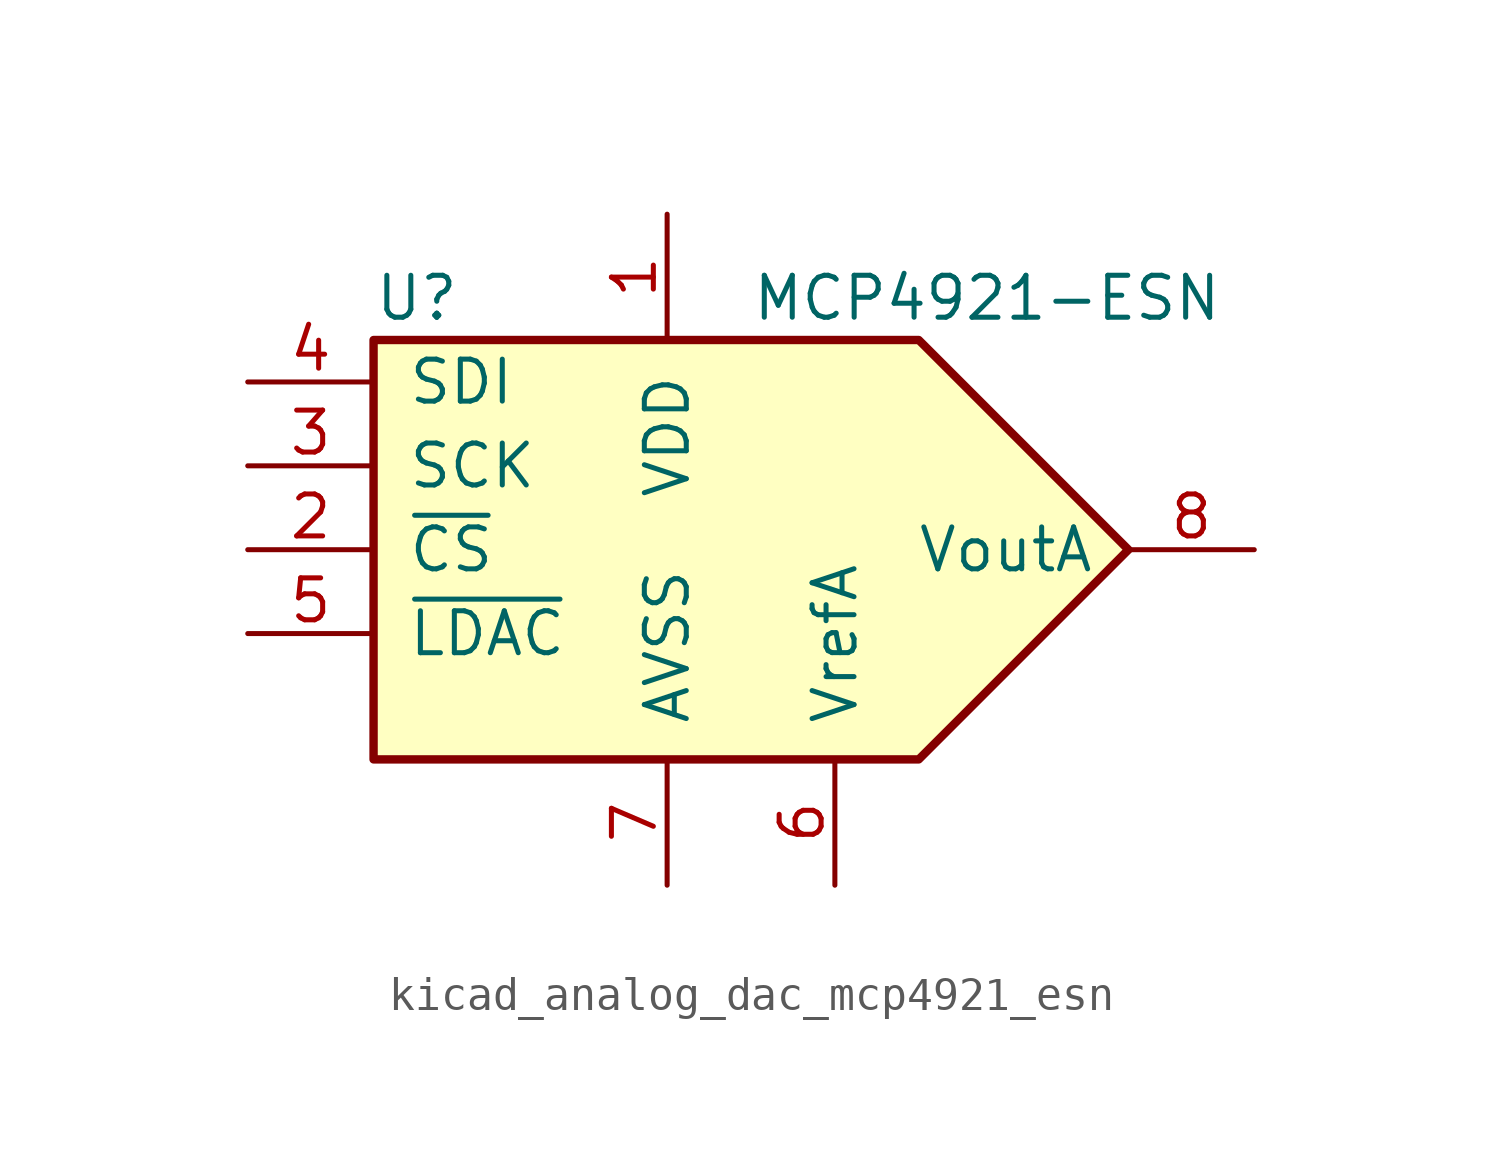
<source format=kicad_sym>
(kicad_symbol_lib
  (version 20220914)
  (generator kicad_symbol_editor)
  (symbol "kicad_analog_dac_mcp4921_esn"
    (pin_names
      (offset 1.016))
    (property "Reference" "U"
      (at -11.43 7.62 0)
      (effects (font (size 1.27 1.27)) (justify left)))
    (property "Value" "MCP4921-ESN"
      (at 0 7.62 0)
      (effects (font (size 1.27 1.27)) (justify left)))
    (symbol "kicad_analog_dac_mcp4921_esn_0_1"
      (polyline (pts (xy -11.43 6.35) (xy 5.08 6.35) (xy 11.43 0) (xy 5.08 -6.35) (xy -11.43 -6.35) (xy -11.43 6.35)) (stroke (width 0.254) (type default)) (fill (type background))))
    (symbol "kicad_analog_dac_mcp4921_esn_1_1"
      (pin power_in line (at -2.54 10.16 270) (length 3.81) (name "VDD" (effects (font (size 1.27 1.27)))) (number "1" (effects (font (size 1.27 1.27)))))
      (pin input line (at -15.24 0 0) (length 3.81) (name "~{CS}" (effects (font (size 1.27 1.27)))) (number "2" (effects (font (size 1.27 1.27)))))
      (pin input line (at -15.24 2.54 0) (length 3.81) (name "SCK" (effects (font (size 1.27 1.27)))) (number "3" (effects (font (size 1.27 1.27)))))
      (pin input line (at -15.24 5.08 0) (length 3.81) (name "SDI" (effects (font (size 1.27 1.27)))) (number "4" (effects (font (size 1.27 1.27)))))
      (pin input line (at -15.24 -2.54 0) (length 3.81) (name "~{LDAC}" (effects (font (size 1.27 1.27)))) (number "5" (effects (font (size 1.27 1.27)))))
      (pin passive line (at 2.54 -10.16 90) (length 3.81) (name "VrefA" (effects (font (size 1.27 1.27)))) (number "6" (effects (font (size 1.27 1.27)))))
      (pin power_in line (at -2.54 -10.16 90) (length 3.81) (name "AVSS" (effects (font (size 1.27 1.27)))) (number "7" (effects (font (size 1.27 1.27)))))
      (pin passive line (at 15.24 0 180) (length 3.81) (name "VoutA" (effects (font (size 1.27 1.27)))) (number "8" (effects (font (size 1.27 1.27))))))))
</source>
